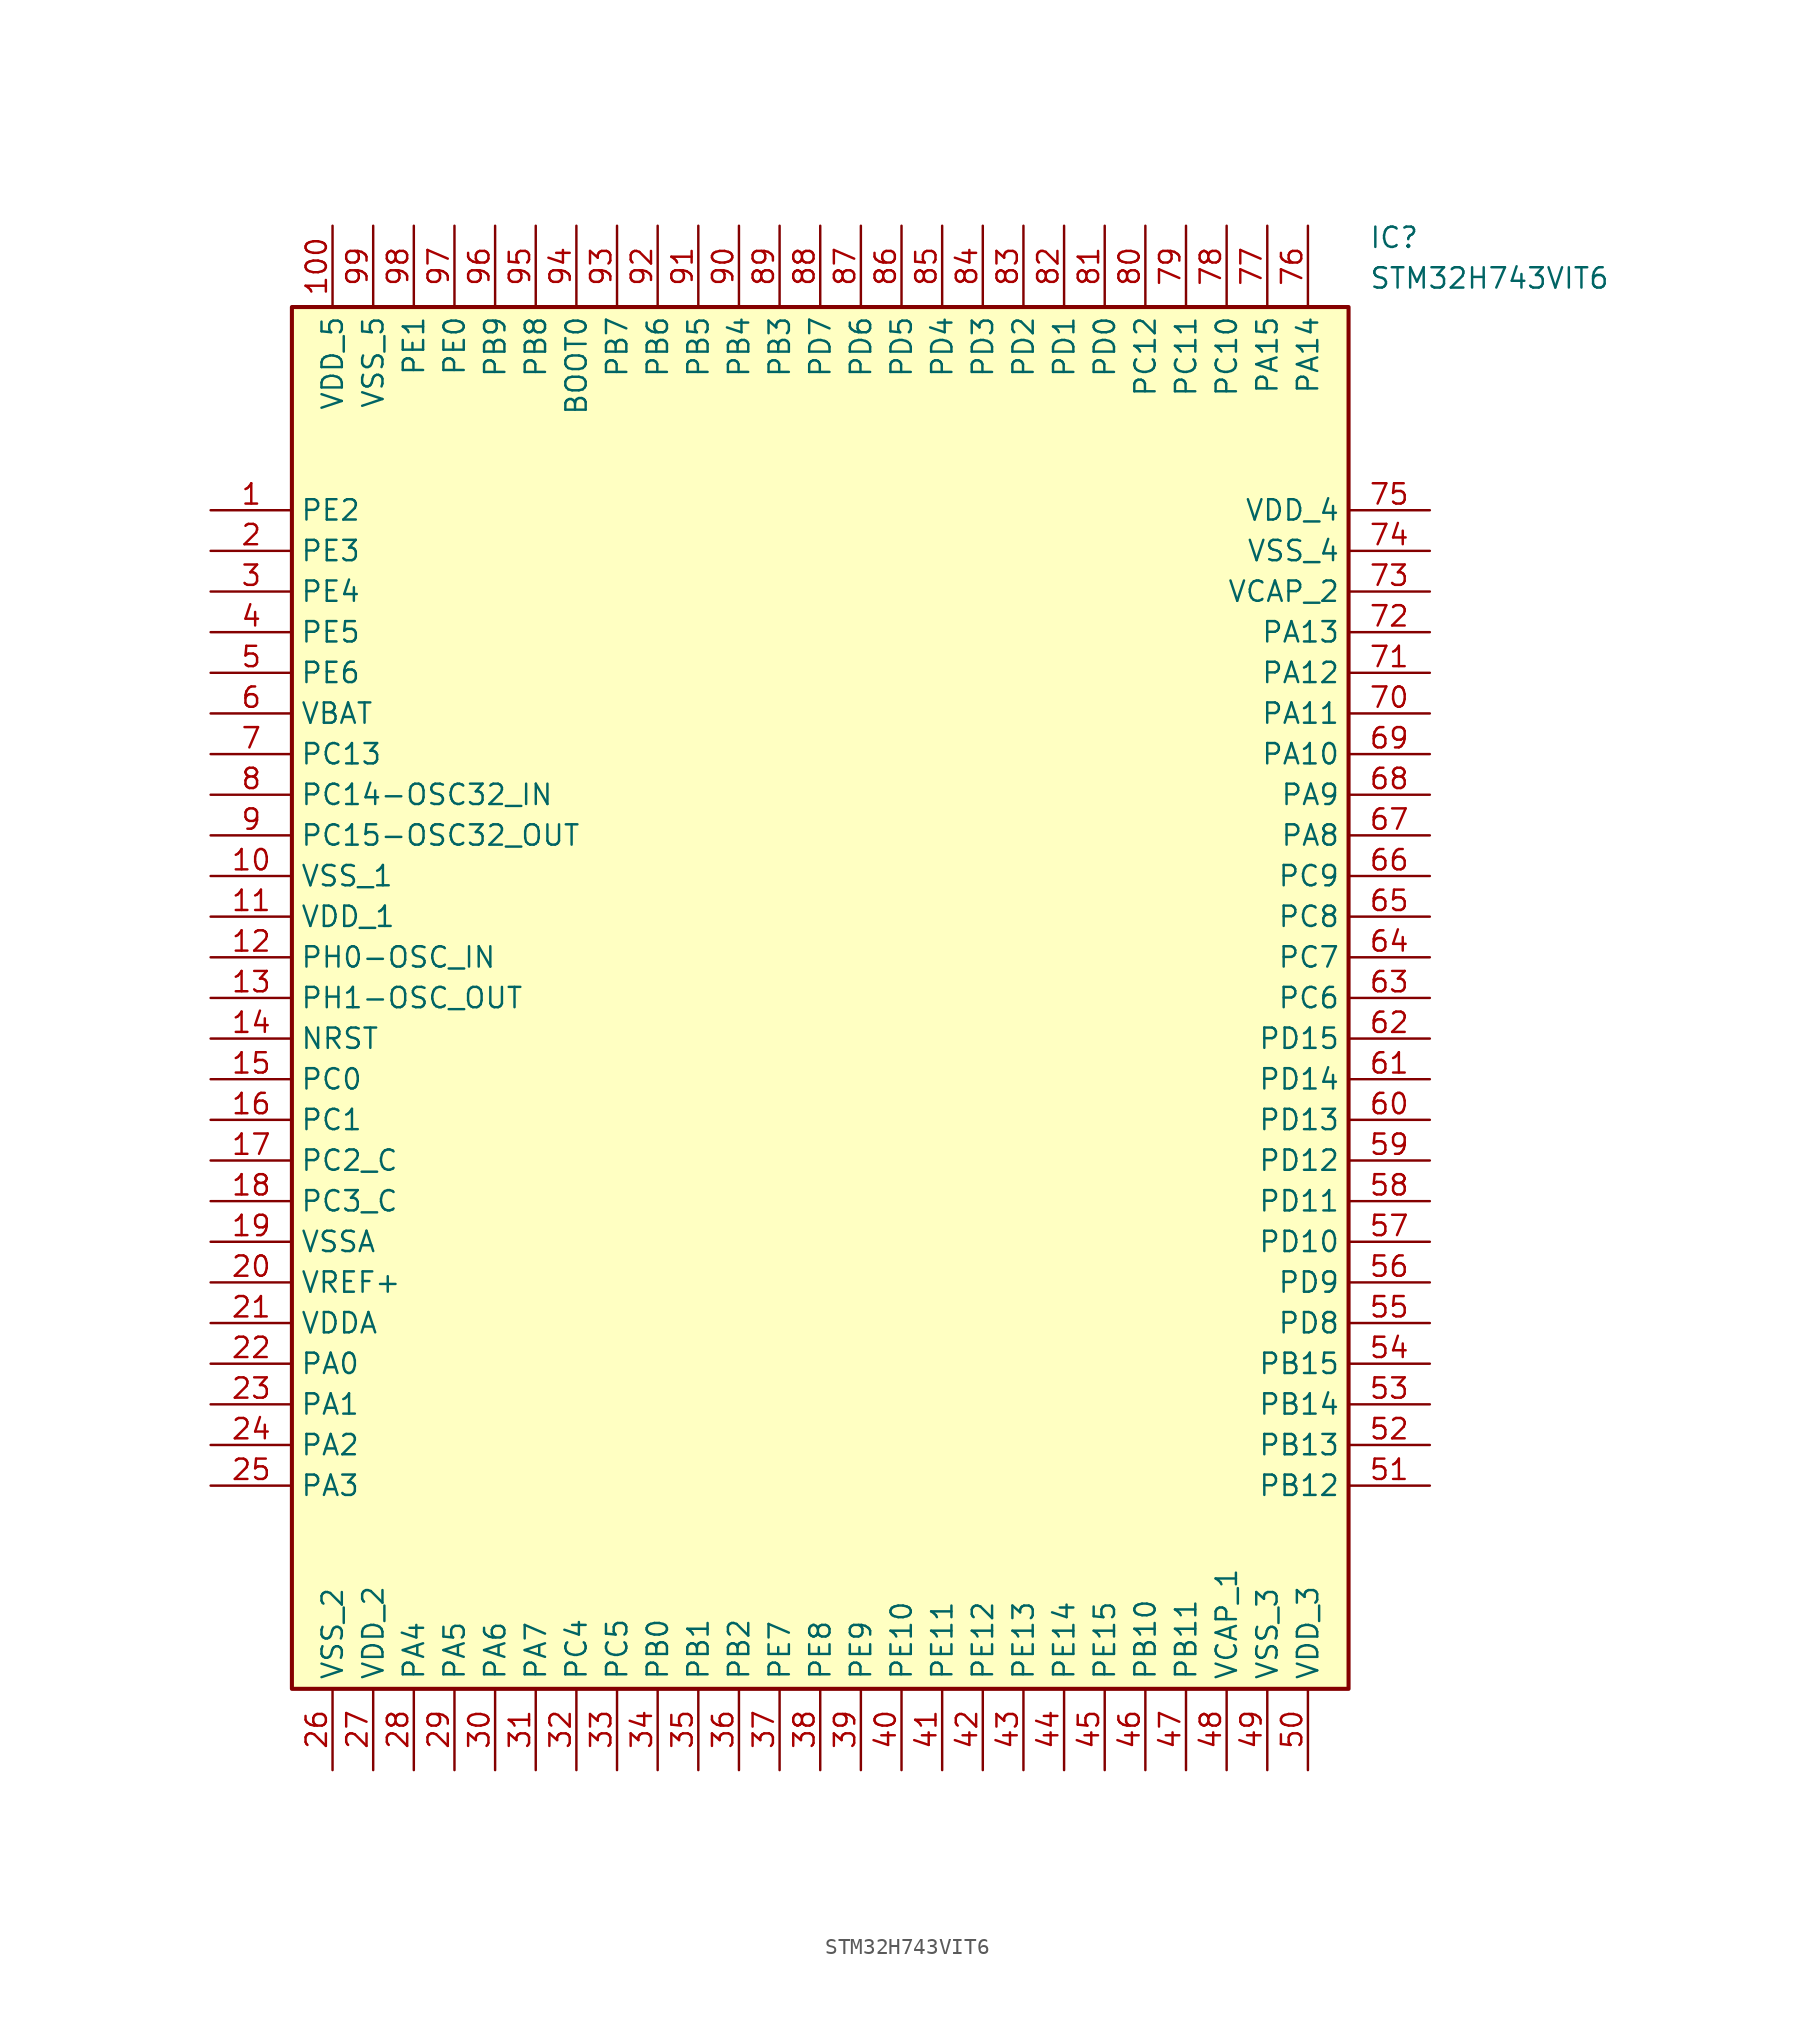
<source format=kicad_sym>
(kicad_symbol_lib
  (version 20241209)
  (generator "kicad_symbol_editor")
  (generator_version "9.0")
  (symbol "STM32H743VIT6"
    (property "Reference" "IC"
      (at 72.39 17.78 0)
      (effects (font (size 1.27 1.27)) (justify left top)))
    (property "Value" "STM32H743VIT6"
      (at 72.39 15.24 0)
      (effects (font (size 1.27 1.27)) (justify left top)))
    (symbol "STM32H743VIT6_1_1"
      (rectangle (start 5.08 12.7) (end 71.12 -73.66) (stroke (width 0.254) (type default)) (fill (type background)))
      (pin passive line (at 0 0 0) (length 5.08) (name "PE2" (effects (font (size 1.27 1.27)))) (number "1" (effects (font (size 1.27 1.27)))))
      (pin passive line (at 0 -2.54 0) (length 5.08) (name "PE3" (effects (font (size 1.27 1.27)))) (number "2" (effects (font (size 1.27 1.27)))))
      (pin passive line (at 0 -5.08 0) (length 5.08) (name "PE4" (effects (font (size 1.27 1.27)))) (number "3" (effects (font (size 1.27 1.27)))))
      (pin passive line (at 0 -7.62 0) (length 5.08) (name "PE5" (effects (font (size 1.27 1.27)))) (number "4" (effects (font (size 1.27 1.27)))))
      (pin passive line (at 0 -10.16 0) (length 5.08) (name "PE6" (effects (font (size 1.27 1.27)))) (number "5" (effects (font (size 1.27 1.27)))))
      (pin passive line (at 0 -12.7 0) (length 5.08) (name "VBAT" (effects (font (size 1.27 1.27)))) (number "6" (effects (font (size 1.27 1.27)))))
      (pin passive line (at 0 -15.24 0) (length 5.08) (name "PC13" (effects (font (size 1.27 1.27)))) (number "7" (effects (font (size 1.27 1.27)))))
      (pin passive line (at 0 -17.78 0) (length 5.08) (name "PC14-OSC32_IN" (effects (font (size 1.27 1.27)))) (number "8" (effects (font (size 1.27 1.27)))))
      (pin passive line (at 0 -20.32 0) (length 5.08) (name "PC15-OSC32_OUT" (effects (font (size 1.27 1.27)))) (number "9" (effects (font (size 1.27 1.27)))))
      (pin passive line (at 0 -22.86 0) (length 5.08) (name "VSS_1" (effects (font (size 1.27 1.27)))) (number "10" (effects (font (size 1.27 1.27)))))
      (pin passive line (at 0 -25.4 0) (length 5.08) (name "VDD_1" (effects (font (size 1.27 1.27)))) (number "11" (effects (font (size 1.27 1.27)))))
      (pin passive line (at 0 -27.94 0) (length 5.08) (name "PH0-OSC_IN" (effects (font (size 1.27 1.27)))) (number "12" (effects (font (size 1.27 1.27)))))
      (pin passive line (at 0 -30.48 0) (length 5.08) (name "PH1-OSC_OUT" (effects (font (size 1.27 1.27)))) (number "13" (effects (font (size 1.27 1.27)))))
      (pin passive line (at 0 -33.02 0) (length 5.08) (name "NRST" (effects (font (size 1.27 1.27)))) (number "14" (effects (font (size 1.27 1.27)))))
      (pin passive line (at 0 -35.56 0) (length 5.08) (name "PC0" (effects (font (size 1.27 1.27)))) (number "15" (effects (font (size 1.27 1.27)))))
      (pin passive line (at 0 -38.1 0) (length 5.08) (name "PC1" (effects (font (size 1.27 1.27)))) (number "16" (effects (font (size 1.27 1.27)))))
      (pin passive line (at 0 -40.64 0) (length 5.08) (name "PC2_C" (effects (font (size 1.27 1.27)))) (number "17" (effects (font (size 1.27 1.27)))))
      (pin passive line (at 0 -43.18 0) (length 5.08) (name "PC3_C" (effects (font (size 1.27 1.27)))) (number "18" (effects (font (size 1.27 1.27)))))
      (pin passive line (at 0 -45.72 0) (length 5.08) (name "VSSA" (effects (font (size 1.27 1.27)))) (number "19" (effects (font (size 1.27 1.27)))))
      (pin passive line (at 0 -48.26 0) (length 5.08) (name "VREF+" (effects (font (size 1.27 1.27)))) (number "20" (effects (font (size 1.27 1.27)))))
      (pin passive line (at 0 -50.8 0) (length 5.08) (name "VDDA" (effects (font (size 1.27 1.27)))) (number "21" (effects (font (size 1.27 1.27)))))
      (pin passive line (at 0 -53.34 0) (length 5.08) (name "PA0" (effects (font (size 1.27 1.27)))) (number "22" (effects (font (size 1.27 1.27)))))
      (pin passive line (at 0 -55.88 0) (length 5.08) (name "PA1" (effects (font (size 1.27 1.27)))) (number "23" (effects (font (size 1.27 1.27)))))
      (pin passive line (at 0 -58.42 0) (length 5.08) (name "PA2" (effects (font (size 1.27 1.27)))) (number "24" (effects (font (size 1.27 1.27)))))
      (pin passive line (at 0 -60.96 0) (length 5.08) (name "PA3" (effects (font (size 1.27 1.27)))) (number "25" (effects (font (size 1.27 1.27)))))
      (pin passive line (at 7.62 17.78 270) (length 5.08) (name "VDD_5" (effects (font (size 1.27 1.27)))) (number "100" (effects (font (size 1.27 1.27)))))
      (pin passive line (at 7.62 -78.74 90) (length 5.08) (name "VSS_2" (effects (font (size 1.27 1.27)))) (number "26" (effects (font (size 1.27 1.27)))))
      (pin passive line (at 10.16 17.78 270) (length 5.08) (name "VSS_5" (effects (font (size 1.27 1.27)))) (number "99" (effects (font (size 1.27 1.27)))))
      (pin passive line (at 10.16 -78.74 90) (length 5.08) (name "VDD_2" (effects (font (size 1.27 1.27)))) (number "27" (effects (font (size 1.27 1.27)))))
      (pin passive line (at 12.7 17.78 270) (length 5.08) (name "PE1" (effects (font (size 1.27 1.27)))) (number "98" (effects (font (size 1.27 1.27)))))
      (pin passive line (at 12.7 -78.74 90) (length 5.08) (name "PA4" (effects (font (size 1.27 1.27)))) (number "28" (effects (font (size 1.27 1.27)))))
      (pin passive line (at 15.24 17.78 270) (length 5.08) (name "PE0" (effects (font (size 1.27 1.27)))) (number "97" (effects (font (size 1.27 1.27)))))
      (pin passive line (at 15.24 -78.74 90) (length 5.08) (name "PA5" (effects (font (size 1.27 1.27)))) (number "29" (effects (font (size 1.27 1.27)))))
      (pin passive line (at 17.78 17.78 270) (length 5.08) (name "PB9" (effects (font (size 1.27 1.27)))) (number "96" (effects (font (size 1.27 1.27)))))
      (pin passive line (at 17.78 -78.74 90) (length 5.08) (name "PA6" (effects (font (size 1.27 1.27)))) (number "30" (effects (font (size 1.27 1.27)))))
      (pin passive line (at 20.32 17.78 270) (length 5.08) (name "PB8" (effects (font (size 1.27 1.27)))) (number "95" (effects (font (size 1.27 1.27)))))
      (pin passive line (at 20.32 -78.74 90) (length 5.08) (name "PA7" (effects (font (size 1.27 1.27)))) (number "31" (effects (font (size 1.27 1.27)))))
      (pin passive line (at 22.86 17.78 270) (length 5.08) (name "BOOT0" (effects (font (size 1.27 1.27)))) (number "94" (effects (font (size 1.27 1.27)))))
      (pin passive line (at 22.86 -78.74 90) (length 5.08) (name "PC4" (effects (font (size 1.27 1.27)))) (number "32" (effects (font (size 1.27 1.27)))))
      (pin passive line (at 25.4 17.78 270) (length 5.08) (name "PB7" (effects (font (size 1.27 1.27)))) (number "93" (effects (font (size 1.27 1.27)))))
      (pin passive line (at 25.4 -78.74 90) (length 5.08) (name "PC5" (effects (font (size 1.27 1.27)))) (number "33" (effects (font (size 1.27 1.27)))))
      (pin passive line (at 27.94 17.78 270) (length 5.08) (name "PB6" (effects (font (size 1.27 1.27)))) (number "92" (effects (font (size 1.27 1.27)))))
      (pin passive line (at 27.94 -78.74 90) (length 5.08) (name "PB0" (effects (font (size 1.27 1.27)))) (number "34" (effects (font (size 1.27 1.27)))))
      (pin passive line (at 30.48 17.78 270) (length 5.08) (name "PB5" (effects (font (size 1.27 1.27)))) (number "91" (effects (font (size 1.27 1.27)))))
      (pin passive line (at 30.48 -78.74 90) (length 5.08) (name "PB1" (effects (font (size 1.27 1.27)))) (number "35" (effects (font (size 1.27 1.27)))))
      (pin passive line (at 33.02 17.78 270) (length 5.08) (name "PB4" (effects (font (size 1.27 1.27)))) (number "90" (effects (font (size 1.27 1.27)))))
      (pin passive line (at 33.02 -78.74 90) (length 5.08) (name "PB2" (effects (font (size 1.27 1.27)))) (number "36" (effects (font (size 1.27 1.27)))))
      (pin passive line (at 35.56 17.78 270) (length 5.08) (name "PB3" (effects (font (size 1.27 1.27)))) (number "89" (effects (font (size 1.27 1.27)))))
      (pin passive line (at 35.56 -78.74 90) (length 5.08) (name "PE7" (effects (font (size 1.27 1.27)))) (number "37" (effects (font (size 1.27 1.27)))))
      (pin passive line (at 38.1 17.78 270) (length 5.08) (name "PD7" (effects (font (size 1.27 1.27)))) (number "88" (effects (font (size 1.27 1.27)))))
      (pin passive line (at 38.1 -78.74 90) (length 5.08) (name "PE8" (effects (font (size 1.27 1.27)))) (number "38" (effects (font (size 1.27 1.27)))))
      (pin passive line (at 40.64 17.78 270) (length 5.08) (name "PD6" (effects (font (size 1.27 1.27)))) (number "87" (effects (font (size 1.27 1.27)))))
      (pin passive line (at 40.64 -78.74 90) (length 5.08) (name "PE9" (effects (font (size 1.27 1.27)))) (number "39" (effects (font (size 1.27 1.27)))))
      (pin passive line (at 43.18 17.78 270) (length 5.08) (name "PD5" (effects (font (size 1.27 1.27)))) (number "86" (effects (font (size 1.27 1.27)))))
      (pin passive line (at 43.18 -78.74 90) (length 5.08) (name "PE10" (effects (font (size 1.27 1.27)))) (number "40" (effects (font (size 1.27 1.27)))))
      (pin passive line (at 45.72 17.78 270) (length 5.08) (name "PD4" (effects (font (size 1.27 1.27)))) (number "85" (effects (font (size 1.27 1.27)))))
      (pin passive line (at 45.72 -78.74 90) (length 5.08) (name "PE11" (effects (font (size 1.27 1.27)))) (number "41" (effects (font (size 1.27 1.27)))))
      (pin passive line (at 48.26 17.78 270) (length 5.08) (name "PD3" (effects (font (size 1.27 1.27)))) (number "84" (effects (font (size 1.27 1.27)))))
      (pin passive line (at 48.26 -78.74 90) (length 5.08) (name "PE12" (effects (font (size 1.27 1.27)))) (number "42" (effects (font (size 1.27 1.27)))))
      (pin passive line (at 50.8 17.78 270) (length 5.08) (name "PD2" (effects (font (size 1.27 1.27)))) (number "83" (effects (font (size 1.27 1.27)))))
      (pin passive line (at 50.8 -78.74 90) (length 5.08) (name "PE13" (effects (font (size 1.27 1.27)))) (number "43" (effects (font (size 1.27 1.27)))))
      (pin passive line (at 53.34 17.78 270) (length 5.08) (name "PD1" (effects (font (size 1.27 1.27)))) (number "82" (effects (font (size 1.27 1.27)))))
      (pin passive line (at 53.34 -78.74 90) (length 5.08) (name "PE14" (effects (font (size 1.27 1.27)))) (number "44" (effects (font (size 1.27 1.27)))))
      (pin passive line (at 55.88 17.78 270) (length 5.08) (name "PD0" (effects (font (size 1.27 1.27)))) (number "81" (effects (font (size 1.27 1.27)))))
      (pin passive line (at 55.88 -78.74 90) (length 5.08) (name "PE15" (effects (font (size 1.27 1.27)))) (number "45" (effects (font (size 1.27 1.27)))))
      (pin passive line (at 58.42 17.78 270) (length 5.08) (name "PC12" (effects (font (size 1.27 1.27)))) (number "80" (effects (font (size 1.27 1.27)))))
      (pin passive line (at 58.42 -78.74 90) (length 5.08) (name "PB10" (effects (font (size 1.27 1.27)))) (number "46" (effects (font (size 1.27 1.27)))))
      (pin passive line (at 60.96 17.78 270) (length 5.08) (name "PC11" (effects (font (size 1.27 1.27)))) (number "79" (effects (font (size 1.27 1.27)))))
      (pin passive line (at 60.96 -78.74 90) (length 5.08) (name "PB11" (effects (font (size 1.27 1.27)))) (number "47" (effects (font (size 1.27 1.27)))))
      (pin passive line (at 63.5 17.78 270) (length 5.08) (name "PC10" (effects (font (size 1.27 1.27)))) (number "78" (effects (font (size 1.27 1.27)))))
      (pin passive line (at 63.5 -78.74 90) (length 5.08) (name "VCAP_1" (effects (font (size 1.27 1.27)))) (number "48" (effects (font (size 1.27 1.27)))))
      (pin passive line (at 66.04 17.78 270) (length 5.08) (name "PA15" (effects (font (size 1.27 1.27)))) (number "77" (effects (font (size 1.27 1.27)))))
      (pin passive line (at 66.04 -78.74 90) (length 5.08) (name "VSS_3" (effects (font (size 1.27 1.27)))) (number "49" (effects (font (size 1.27 1.27)))))
      (pin passive line (at 68.58 17.78 270) (length 5.08) (name "PA14" (effects (font (size 1.27 1.27)))) (number "76" (effects (font (size 1.27 1.27)))))
      (pin passive line (at 68.58 -78.74 90) (length 5.08) (name "VDD_3" (effects (font (size 1.27 1.27)))) (number "50" (effects (font (size 1.27 1.27)))))
      (pin passive line (at 76.2 0 180) (length 5.08) (name "VDD_4" (effects (font (size 1.27 1.27)))) (number "75" (effects (font (size 1.27 1.27)))))
      (pin passive line (at 76.2 -2.54 180) (length 5.08) (name "VSS_4" (effects (font (size 1.27 1.27)))) (number "74" (effects (font (size 1.27 1.27)))))
      (pin passive line (at 76.2 -5.08 180) (length 5.08) (name "VCAP_2" (effects (font (size 1.27 1.27)))) (number "73" (effects (font (size 1.27 1.27)))))
      (pin passive line (at 76.2 -7.62 180) (length 5.08) (name "PA13" (effects (font (size 1.27 1.27)))) (number "72" (effects (font (size 1.27 1.27)))))
      (pin passive line (at 76.2 -10.16 180) (length 5.08) (name "PA12" (effects (font (size 1.27 1.27)))) (number "71" (effects (font (size 1.27 1.27)))))
      (pin passive line (at 76.2 -12.7 180) (length 5.08) (name "PA11" (effects (font (size 1.27 1.27)))) (number "70" (effects (font (size 1.27 1.27)))))
      (pin passive line (at 76.2 -15.24 180) (length 5.08) (name "PA10" (effects (font (size 1.27 1.27)))) (number "69" (effects (font (size 1.27 1.27)))))
      (pin passive line (at 76.2 -17.78 180) (length 5.08) (name "PA9" (effects (font (size 1.27 1.27)))) (number "68" (effects (font (size 1.27 1.27)))))
      (pin passive line (at 76.2 -20.32 180) (length 5.08) (name "PA8" (effects (font (size 1.27 1.27)))) (number "67" (effects (font (size 1.27 1.27)))))
      (pin passive line (at 76.2 -22.86 180) (length 5.08) (name "PC9" (effects (font (size 1.27 1.27)))) (number "66" (effects (font (size 1.27 1.27)))))
      (pin passive line (at 76.2 -25.4 180) (length 5.08) (name "PC8" (effects (font (size 1.27 1.27)))) (number "65" (effects (font (size 1.27 1.27)))))
      (pin passive line (at 76.2 -27.94 180) (length 5.08) (name "PC7" (effects (font (size 1.27 1.27)))) (number "64" (effects (font (size 1.27 1.27)))))
      (pin passive line (at 76.2 -30.48 180) (length 5.08) (name "PC6" (effects (font (size 1.27 1.27)))) (number "63" (effects (font (size 1.27 1.27)))))
      (pin passive line (at 76.2 -33.02 180) (length 5.08) (name "PD15" (effects (font (size 1.27 1.27)))) (number "62" (effects (font (size 1.27 1.27)))))
      (pin passive line (at 76.2 -35.56 180) (length 5.08) (name "PD14" (effects (font (size 1.27 1.27)))) (number "61" (effects (font (size 1.27 1.27)))))
      (pin passive line (at 76.2 -38.1 180) (length 5.08) (name "PD13" (effects (font (size 1.27 1.27)))) (number "60" (effects (font (size 1.27 1.27)))))
      (pin passive line (at 76.2 -40.64 180) (length 5.08) (name "PD12" (effects (font (size 1.27 1.27)))) (number "59" (effects (font (size 1.27 1.27)))))
      (pin passive line (at 76.2 -43.18 180) (length 5.08) (name "PD11" (effects (font (size 1.27 1.27)))) (number "58" (effects (font (size 1.27 1.27)))))
      (pin passive line (at 76.2 -45.72 180) (length 5.08) (name "PD10" (effects (font (size 1.27 1.27)))) (number "57" (effects (font (size 1.27 1.27)))))
      (pin passive line (at 76.2 -48.26 180) (length 5.08) (name "PD9" (effects (font (size 1.27 1.27)))) (number "56" (effects (font (size 1.27 1.27)))))
      (pin passive line (at 76.2 -50.8 180) (length 5.08) (name "PD8" (effects (font (size 1.27 1.27)))) (number "55" (effects (font (size 1.27 1.27)))))
      (pin passive line (at 76.2 -53.34 180) (length 5.08) (name "PB15" (effects (font (size 1.27 1.27)))) (number "54" (effects (font (size 1.27 1.27)))))
      (pin passive line (at 76.2 -55.88 180) (length 5.08) (name "PB14" (effects (font (size 1.27 1.27)))) (number "53" (effects (font (size 1.27 1.27)))))
      (pin passive line (at 76.2 -58.42 180) (length 5.08) (name "PB13" (effects (font (size 1.27 1.27)))) (number "52" (effects (font (size 1.27 1.27)))))
      (pin passive line (at 76.2 -60.96 180) (length 5.08) (name "PB12" (effects (font (size 1.27 1.27)))) (number "51" (effects (font (size 1.27 1.27))))))))
</source>
